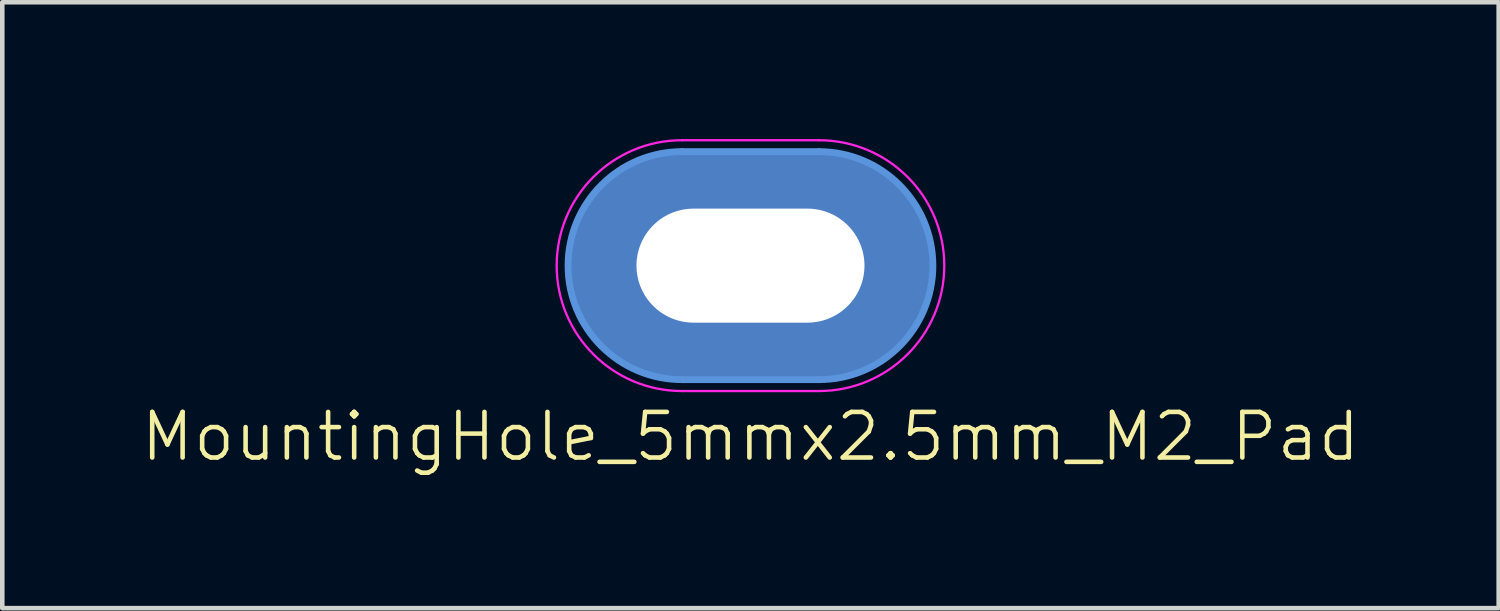
<source format=kicad_pcb>
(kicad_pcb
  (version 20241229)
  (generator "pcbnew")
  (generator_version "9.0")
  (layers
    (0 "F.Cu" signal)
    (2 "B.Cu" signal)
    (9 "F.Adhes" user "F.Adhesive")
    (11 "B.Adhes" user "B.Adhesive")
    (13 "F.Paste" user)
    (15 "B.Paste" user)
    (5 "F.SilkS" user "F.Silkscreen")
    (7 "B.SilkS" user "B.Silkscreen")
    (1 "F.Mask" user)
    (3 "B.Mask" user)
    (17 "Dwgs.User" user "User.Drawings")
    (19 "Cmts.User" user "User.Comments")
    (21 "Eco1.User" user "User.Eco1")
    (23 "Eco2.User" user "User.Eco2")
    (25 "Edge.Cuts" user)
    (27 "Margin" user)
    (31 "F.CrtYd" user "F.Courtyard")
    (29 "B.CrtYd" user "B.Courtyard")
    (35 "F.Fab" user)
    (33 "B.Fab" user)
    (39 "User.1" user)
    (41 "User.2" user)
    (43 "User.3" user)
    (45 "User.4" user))
  (footprint "MountingHole_5mmx2.5mm_M2_Pad"
    (layer "F.Cu")
    (at 13.407 2.775)
    (property "Reference" "MountingHole_5mmx2.5mm_M2_Pad" (at 0 3.75 0) (unlocked yes) (layer "F.SilkS") (effects (font (size 1 1) (thickness 0.1))))
    (attr smd)
    (fp_line (start -1.5 -2.5) (end 1.5 -2.5) (stroke (width 0.15) (type default)) (layer "Cmts.User"))
    (fp_line (start -1.5 2.5) (end 1.5 2.5) (stroke (width 0.15) (type default)) (layer "Cmts.User"))
    (fp_arc (start -1.5 2.5) (mid -4 0) (end -1.5 -2.5) (stroke (width 0.15) (type default)) (layer "Cmts.User"))
    (fp_arc (start 1.5 -2.5) (mid 4 0) (end 1.5 2.5) (stroke (width 0.15) (type default)) (layer "Cmts.User"))
    (fp_line (start -1.5 -2.75) (end 1.5 -2.75) (stroke (width 0.05) (type default)) (layer "F.CrtYd"))
    (fp_line (start -1.5 2.75) (end 1.5 2.75) (stroke (width 0.05) (type default)) (layer "F.CrtYd"))
    (fp_arc (start -1.5 2.75) (mid -4.25 0) (end -1.5 -2.75) (stroke (width 0.05) (type default)) (layer "F.CrtYd"))
    (fp_arc (start 1.5 -2.75) (mid 4.25 0) (end 1.5 2.75) (stroke (width 0.05) (type default)) (layer "F.CrtYd"))
    (pad "1" thru_hole oval (at 0 0) (size 8 5) (drill oval 5 2.5) (layers "*.Cu" "*.Mask")))
  (gr_rect
    (start -3 -3)
    (end 29.814 10.286)
    (stroke (width 0.1) (type default))
    (fill no)
    (layer "Edge.Cuts")))
</source>
